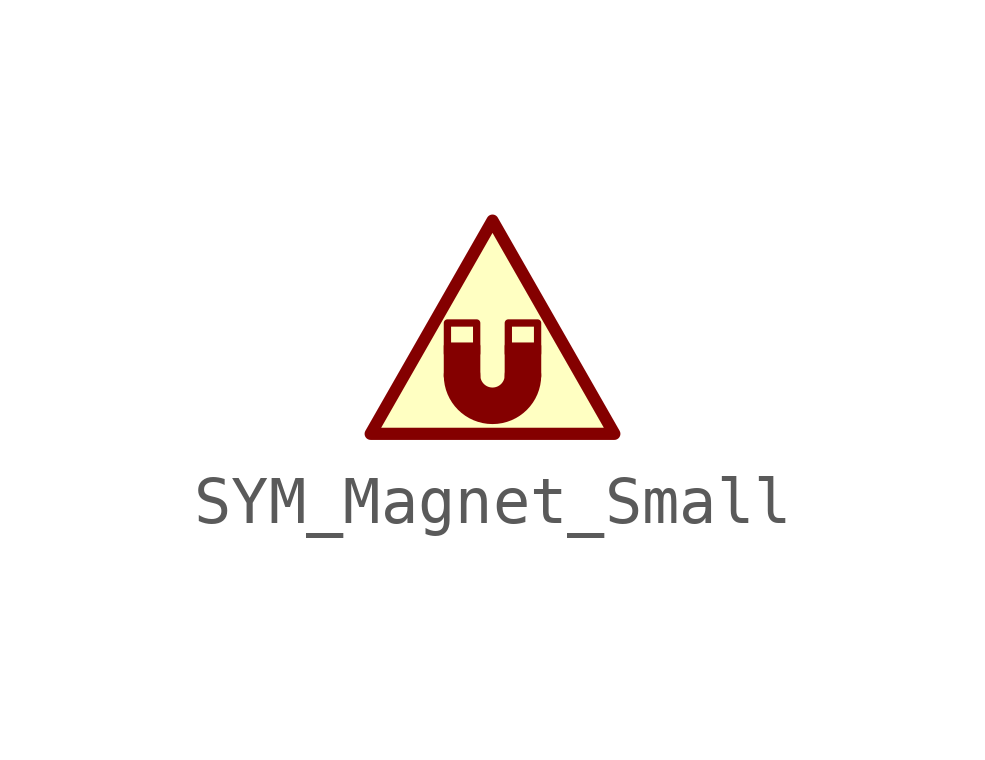
<source format=kicad_sym>
(kicad_symbol_lib
  (version 20201005)
  (generator kicad_symbol_editor)
  (symbol "Graphic:SYM_Magnet_Small"
    (pin_names
      (offset 1.016) hide)
    (property "Reference" "#SYM"
      (at 0 3.556 0)
      (effects (font (size 1.27 1.27)) hide))
    (symbol "SYM_Magnet_Small_0_1"
      (arc (start -0.635 -0.6858) (end 0.635 -0.6858) (radius (at 0 -0.6858) (length 0.635) (angles -179.9 -0.1)) (stroke (width 0.762)) (fill (type none)))
      (rectangle (start -0.94 -0.711) (end -0.33 -0.076) (stroke (width 0)) (fill (type outline)))
      (rectangle (start 0.33 -0.711) (end 0.94 -0.076) (stroke (width 0)) (fill (type outline)))
      (rectangle (start -0.94 -0.229) (end -0.33 0.406) (stroke (width 0)) (fill (type background)))
      (rectangle (start 0.33 -0.229) (end 0.94 0.406) (stroke (width 0)) (fill (type background)))
      (polyline (pts (xy -2.54 -1.905) (xy 2.54 -1.905) (xy 0 2.54) (xy -2.54 -1.905)) (stroke (width 0.254)) (fill (type background))))))
</source>
